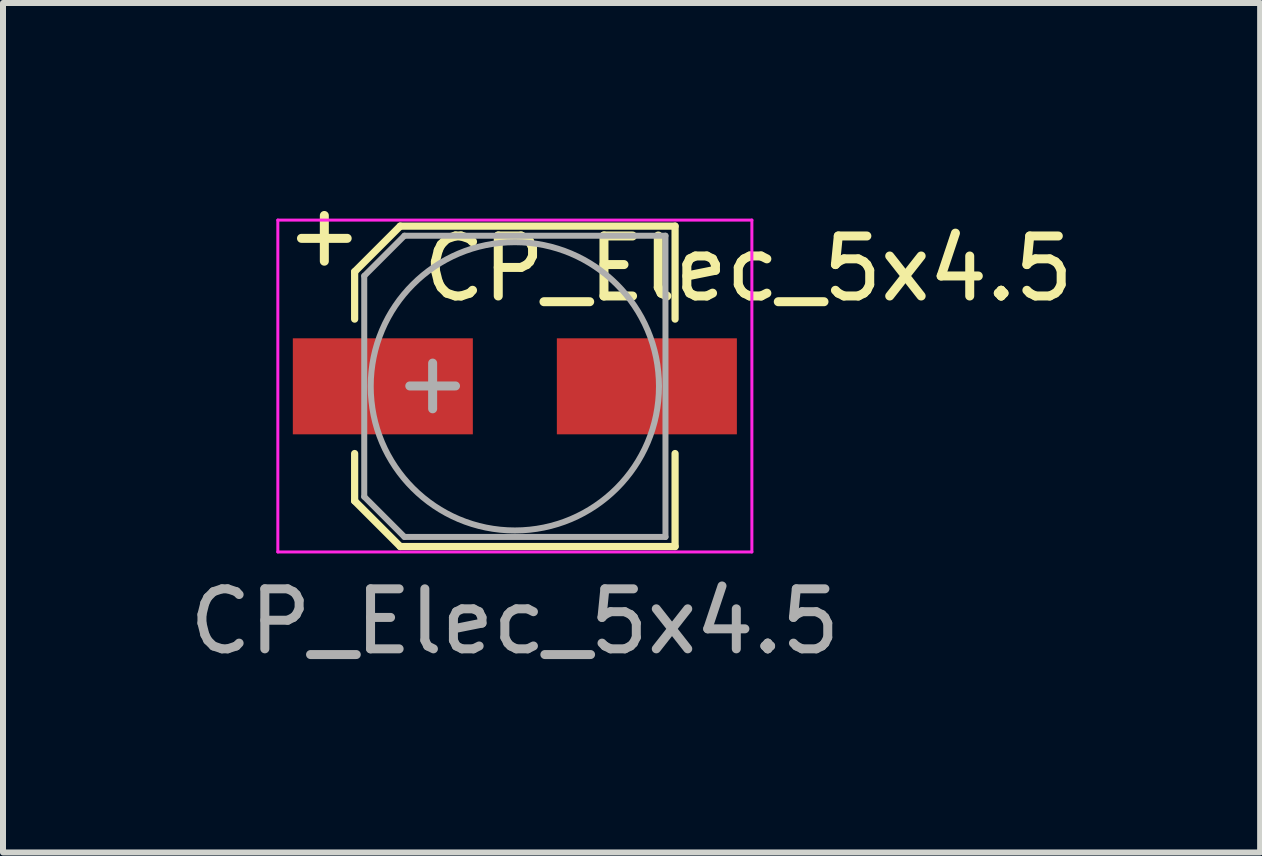
<source format=kicad_pcb>
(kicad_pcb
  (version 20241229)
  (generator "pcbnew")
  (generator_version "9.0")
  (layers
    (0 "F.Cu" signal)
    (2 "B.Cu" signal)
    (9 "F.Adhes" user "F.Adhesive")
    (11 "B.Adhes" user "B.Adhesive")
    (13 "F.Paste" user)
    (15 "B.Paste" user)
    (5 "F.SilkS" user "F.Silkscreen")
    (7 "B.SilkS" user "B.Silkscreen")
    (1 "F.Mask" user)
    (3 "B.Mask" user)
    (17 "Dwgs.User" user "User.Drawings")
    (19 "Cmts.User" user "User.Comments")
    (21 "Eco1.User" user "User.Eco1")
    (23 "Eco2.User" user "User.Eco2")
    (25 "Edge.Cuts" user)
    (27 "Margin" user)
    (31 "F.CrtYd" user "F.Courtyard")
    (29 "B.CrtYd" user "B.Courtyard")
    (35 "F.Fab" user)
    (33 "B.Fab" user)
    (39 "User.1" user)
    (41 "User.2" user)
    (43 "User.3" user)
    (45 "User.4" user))
  (footprint "CP_Elec_5x4.5"
    (layer "F.Cu")
    (at 5.53 3.388)
    (property "Reference" "CP_Elec_5x4.5" (at 3.89 -1.96 0) (layer "F.SilkS") (effects (font (size 1 1) (thickness 0.15))))
    (attr smd)
    (fp_line (start -2.67 -1.91) (end -2.67 -1.12) (stroke (width 0.12) (type solid)) (layer "F.SilkS"))
    (fp_line (start -2.67 1.91) (end -2.67 1.12) (stroke (width 0.12) (type solid)) (layer "F.SilkS"))
    (fp_line (start -2.67 1.91) (end -1.91 2.67) (stroke (width 0.12) (type solid)) (layer "F.SilkS"))
    (fp_line (start -1.91 -2.67) (end -2.67 -1.91) (stroke (width 0.12) (type solid)) (layer "F.SilkS"))
    (fp_line (start -1.91 2.67) (end 2.67 2.67) (stroke (width 0.12) (type solid)) (layer "F.SilkS"))
    (fp_line (start 2.67 -2.67) (end -1.91 -2.67) (stroke (width 0.12) (type solid)) (layer "F.SilkS"))
    (fp_line (start 2.67 -2.67) (end 2.67 -1.12) (stroke (width 0.12) (type solid)) (layer "F.SilkS"))
    (fp_line (start 2.67 2.67) (end 2.67 1.12) (stroke (width 0.12) (type solid)) (layer "F.SilkS"))
    (fp_line (start -3.95 -2.77) (end -3.95 2.76) (stroke (width 0.05) (type solid)) (layer "F.CrtYd"))
    (fp_line (start -3.95 -2.77) (end 3.95 -2.77) (stroke (width 0.05) (type solid)) (layer "F.CrtYd"))
    (fp_line (start 3.95 2.76) (end -3.95 2.76) (stroke (width 0.05) (type solid)) (layer "F.CrtYd"))
    (fp_line (start 3.95 2.76) (end 3.95 -2.77) (stroke (width 0.05) (type solid)) (layer "F.CrtYd"))
    (fp_line (start -2.51 -1.84) (end -2.51 1.84) (stroke (width 0.1) (type solid)) (layer "F.Fab"))
    (fp_line (start -2.51 1.84) (end -1.84 2.51) (stroke (width 0.1) (type solid)) (layer "F.Fab"))
    (fp_line (start -1.84 -2.51) (end -2.51 -1.84) (stroke (width 0.1) (type solid)) (layer "F.Fab"))
    (fp_line (start -1.84 2.51) (end 2.51 2.51) (stroke (width 0.1) (type solid)) (layer "F.Fab"))
    (fp_line (start 2.51 -2.51) (end -1.84 -2.51) (stroke (width 0.1) (type solid)) (layer "F.Fab"))
    (fp_line (start 2.51 2.51) (end 2.51 -2.51) (stroke (width 0.1) (type solid)) (layer "F.Fab"))
    (fp_circle (center 0 0) (end 0.1 2.4) (stroke (width 0.1) (type solid)) (fill no) (layer "F.Fab"))
    (fp_text user "+" (at -3.175 -2.54 0) (layer "F.SilkS") (effects (font (size 1 1) (thickness 0.15))))
    (fp_text user "+" (at -1.37 -0.08 0) (layer "F.Fab") (effects (font (size 1 1) (thickness 0.15))))
    (fp_text user "${REFERENCE}" (at 0 3.92 0) (layer "F.Fab") (effects (font (size 1 1) (thickness 0.15))))
    (pad "1" smd rect (at -2.2 0 180) (size 3 1.6) (layers "F.Cu" "F.Mask" "F.Paste"))
    (pad "2" smd rect (at 2.2 0 180) (size 3 1.6) (layers "F.Cu" "F.Mask" "F.Paste")))
  (gr_rect
    (start -3 -3)
    (end 17.95 11.156)
    (stroke (width 0.1) (type default))
    (fill no)
    (layer "Edge.Cuts")))
</source>
